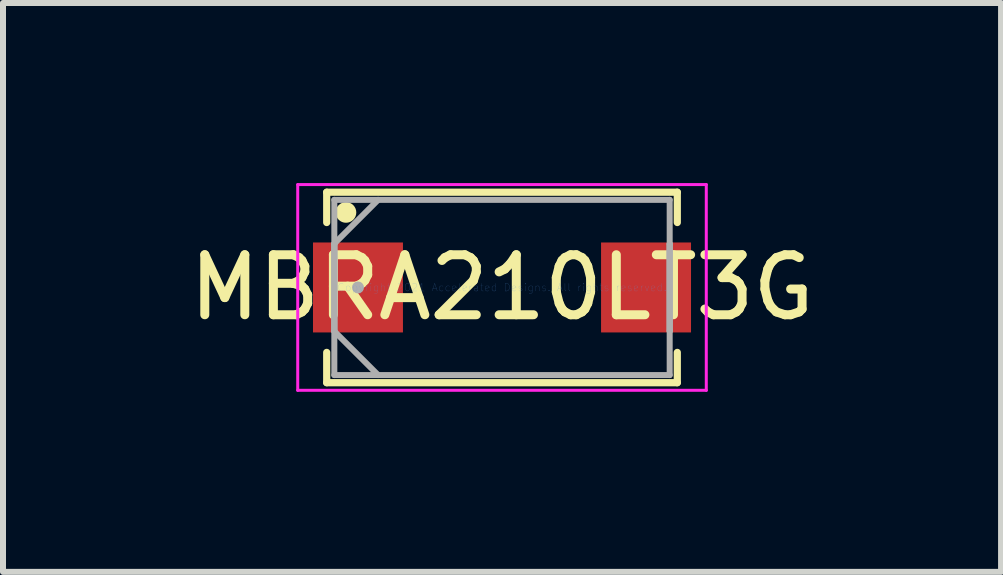
<source format=kicad_pcb>
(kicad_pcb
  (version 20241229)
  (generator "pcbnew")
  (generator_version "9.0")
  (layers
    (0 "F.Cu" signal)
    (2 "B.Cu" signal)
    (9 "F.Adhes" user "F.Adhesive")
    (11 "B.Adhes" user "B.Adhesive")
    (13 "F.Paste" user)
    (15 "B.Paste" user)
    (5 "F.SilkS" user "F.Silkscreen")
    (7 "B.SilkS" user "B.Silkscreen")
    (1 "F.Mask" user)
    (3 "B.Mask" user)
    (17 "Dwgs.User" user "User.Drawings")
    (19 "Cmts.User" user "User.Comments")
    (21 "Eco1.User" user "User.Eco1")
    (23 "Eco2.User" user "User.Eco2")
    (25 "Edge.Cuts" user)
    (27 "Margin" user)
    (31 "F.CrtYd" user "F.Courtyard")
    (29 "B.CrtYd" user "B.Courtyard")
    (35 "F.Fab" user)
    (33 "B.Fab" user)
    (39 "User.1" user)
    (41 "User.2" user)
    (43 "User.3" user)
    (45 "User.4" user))
  (footprint "MBRA210LT3G"
    (layer "F.Cu")
    (at 5.315 1.74)
    (property "Reference" "MBRA210LT3G" (at 0 0 0) (layer "F.SilkS") (effects (font (size 1 1) (thickness 0.15))))
    (attr smd)
    (fp_line (start -2.921 -1.587) (end -2.921 -1.082) (stroke (width 0.12) (type solid)) (layer "F.SilkS"))
    (fp_line (start -2.921 1.082) (end -2.921 1.587) (stroke (width 0.12) (type solid)) (layer "F.SilkS"))
    (fp_line (start -2.921 1.587) (end 2.921 1.587) (stroke (width 0.12) (type solid)) (layer "F.SilkS"))
    (fp_line (start 2.921 -1.587) (end -2.921 -1.587) (stroke (width 0.12) (type solid)) (layer "F.SilkS"))
    (fp_line (start 2.921 -1.082) (end 2.921 -1.587) (stroke (width 0.12) (type solid)) (layer "F.SilkS"))
    (fp_line (start 2.921 1.587) (end 2.921 1.082) (stroke (width 0.12) (type solid)) (layer "F.SilkS"))
    (fp_circle (center -2.6 -1.25) (end -2.488 -1.25) (stroke (width 0.12) (type solid)) (fill yes) (layer "F.SilkS"))
    (fp_line (start -3.404 -1.714) (end 3.404 -1.714) (stroke (width 0.05) (type solid)) (layer "F.CrtYd"))
    (fp_line (start -3.404 1.714) (end -3.404 -1.714) (stroke (width 0.05) (type solid)) (layer "F.CrtYd"))
    (fp_line (start 3.404 -1.714) (end 3.404 1.714) (stroke (width 0.05) (type solid)) (layer "F.CrtYd"))
    (fp_line (start 3.404 1.714) (end -3.404 1.714) (stroke (width 0.05) (type solid)) (layer "F.CrtYd"))
    (fp_line (start -2.794 -1.46) (end -2.794 1.46) (stroke (width 0.1) (type solid)) (layer "F.Fab"))
    (fp_line (start -2.794 -0.73) (end -2.064 -1.46) (stroke (width 0.1) (type solid)) (layer "F.Fab"))
    (fp_line (start -2.794 -0.724) (end -2.794 -0.724) (stroke (width 0.1) (type solid)) (layer "F.Fab"))
    (fp_line (start -2.794 -0.724) (end -2.794 0.724) (stroke (width 0.1) (type solid)) (layer "F.Fab"))
    (fp_line (start -2.794 0.724) (end -2.794 -0.724) (stroke (width 0.1) (type solid)) (layer "F.Fab"))
    (fp_line (start -2.794 0.724) (end -2.794 0.724) (stroke (width 0.1) (type solid)) (layer "F.Fab"))
    (fp_line (start -2.794 0.73) (end -2.064 1.46) (stroke (width 0.1) (type solid)) (layer "F.Fab"))
    (fp_line (start -2.794 1.46) (end 2.794 1.46) (stroke (width 0.1) (type solid)) (layer "F.Fab"))
    (fp_line (start 2.794 -1.46) (end -2.794 -1.46) (stroke (width 0.1) (type solid)) (layer "F.Fab"))
    (fp_line (start 2.794 -0.724) (end 2.794 -0.724) (stroke (width 0.1) (type solid)) (layer "F.Fab"))
    (fp_line (start 2.794 -0.724) (end 2.794 0.724) (stroke (width 0.1) (type solid)) (layer "F.Fab"))
    (fp_line (start 2.794 0.724) (end 2.794 -0.724) (stroke (width 0.1) (type solid)) (layer "F.Fab"))
    (fp_line (start 2.794 0.724) (end 2.794 0.724) (stroke (width 0.1) (type solid)) (layer "F.Fab"))
    (fp_line (start 2.794 1.46) (end 2.794 -1.46) (stroke (width 0.1) (type solid)) (layer "F.Fab"))
    (fp_circle (center -2.4 0) (end -2.4 0) (stroke (width 0.1) (type solid)) (fill no) (layer "F.Fab"))
    (fp_text user "Copyright 2021 Accelerated Designs. All rights reserved." (at 0 0 0) (layer "Cmts.User") (effects (font (size 0.127 0.127) (thickness 0.002))))
    (pad "1" smd rect (at -2.4 0) (size 1.499 1.499) (layers "F.Cu" "F.Mask" "F.Paste"))
    (pad "2" smd rect (at 2.4 0) (size 1.499 1.499) (layers "F.Cu" "F.Mask" "F.Paste")))
  (gr_rect
    (start -3 -3)
    (end 13.631 6.479)
    (stroke (width 0.1) (type default))
    (fill no)
    (layer "Edge.Cuts")))
</source>
